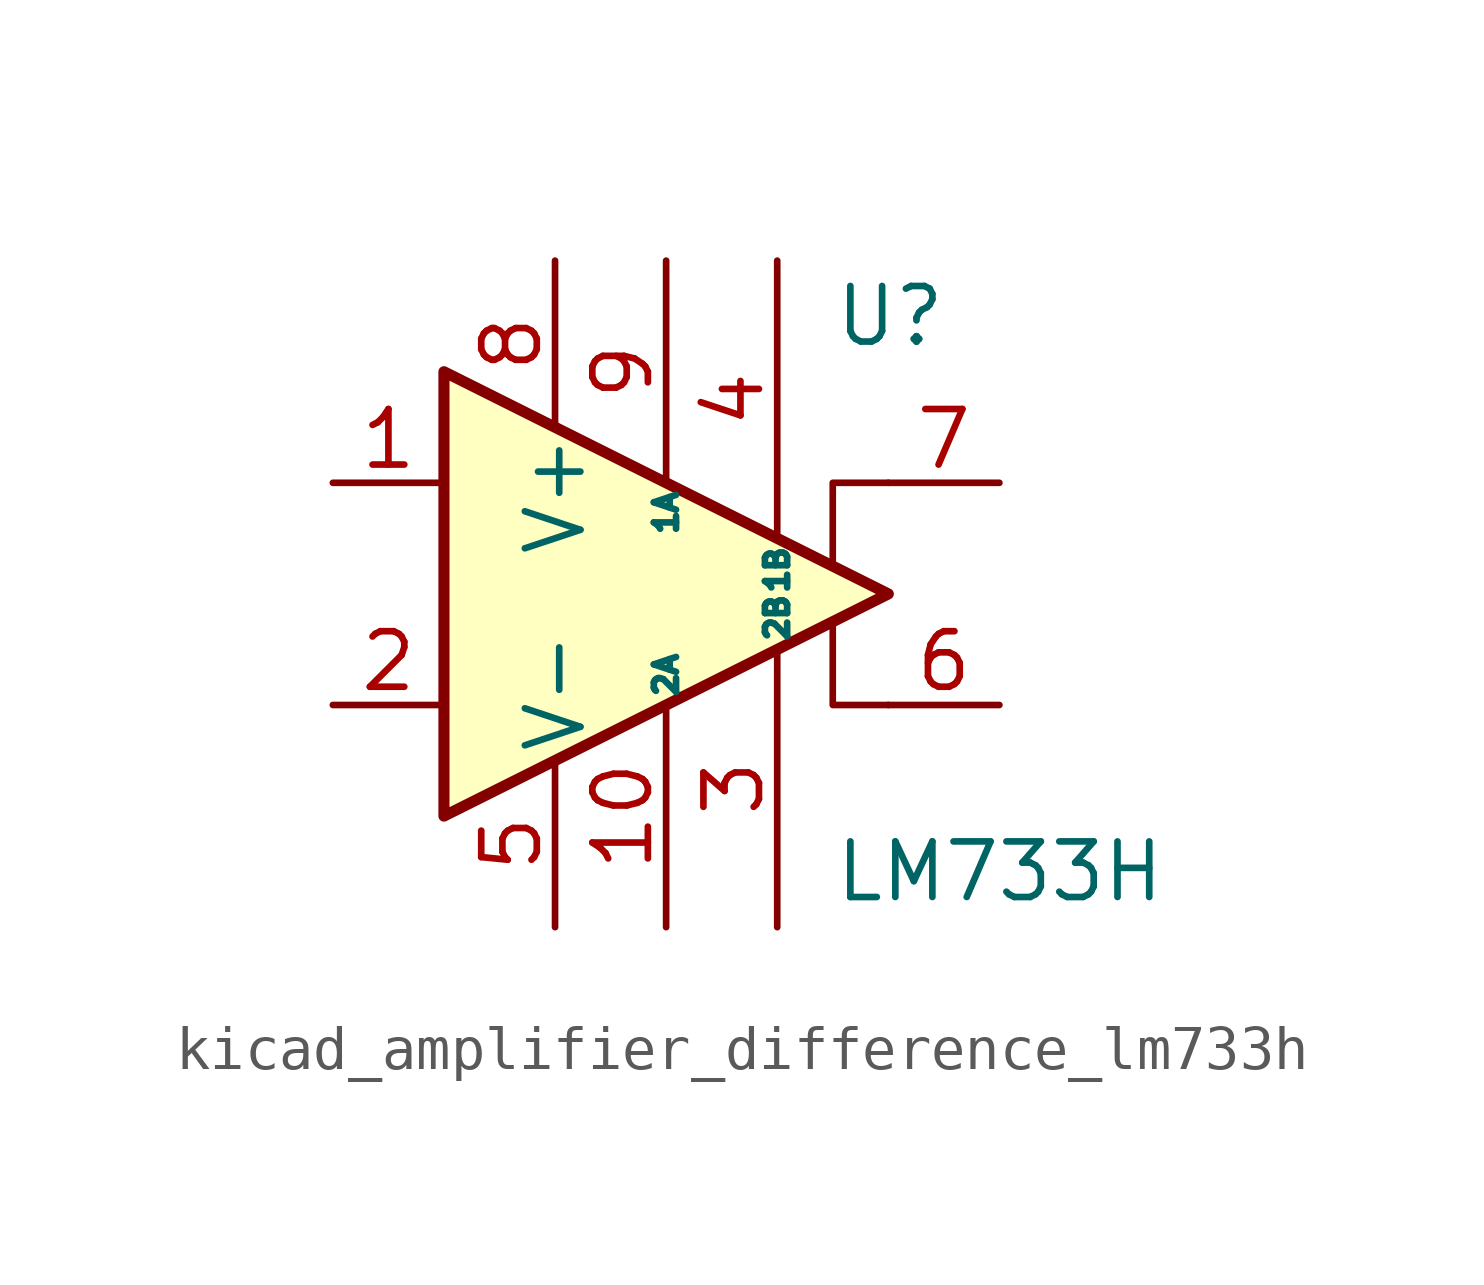
<source format=kicad_sym>
(kicad_symbol_lib
  (version 20220914)
  (generator kicad_symbol_editor)
  (symbol "kicad_amplifier_difference_lm733h"
    (pin_names
      (offset 0.127))
    (property "Reference" "U"
      (at 3.81 6.35 0)
      (effects (font (size 1.27 1.27)) (justify left)))
    (property "Value" "LM733H"
      (at 3.81 -6.35 0)
      (effects (font (size 1.27 1.27)) (justify left)))
    (symbol "kicad_amplifier_difference_lm733h_0_1"
      (polyline (pts (xy 5.08 -2.54) (xy 3.81 -2.54) (xy 3.81 -0.635)) (stroke (width 0) (type default)) (fill (type none)))
      (polyline (pts (xy 5.08 2.54) (xy 3.81 2.54) (xy 3.81 0.635)) (stroke (width 0) (type default)) (fill (type none)))
      (polyline (pts (xy 5.08 0) (xy -5.08 5.08) (xy -5.08 -5.08) (xy 5.08 0)) (stroke (width 0.254) (type default)) (fill (type background))))
    (symbol "kicad_amplifier_difference_lm733h_1_1"
      (pin input line (at -7.62 2.54 0) (length 2.54) (name "~" (effects (font (size 1.27 1.27)))) (number "1" (effects (font (size 1.27 1.27)))))
      (pin passive line (at 0 -7.62 90) (length 5.08) (name "2A" (effects (font (size 0.508 0.508)))) (number "10" (effects (font (size 1.27 1.27)))))
      (pin input line (at -7.62 -2.54 0) (length 2.54) (name "~" (effects (font (size 1.27 1.27)))) (number "2" (effects (font (size 1.27 1.27)))))
      (pin passive line (at 2.54 -7.62 90) (length 6.35) (name "2B" (effects (font (size 0.508 0.508)))) (number "3" (effects (font (size 1.27 1.27)))))
      (pin passive line (at 2.54 7.62 270) (length 6.35) (name "1B" (effects (font (size 0.508 0.508)))) (number "4" (effects (font (size 1.27 1.27)))))
      (pin power_in line (at -2.54 -7.62 90) (length 3.81) (name "V-" (effects (font (size 1.27 1.27)))) (number "5" (effects (font (size 1.27 1.27)))))
      (pin output line (at 7.62 -2.54 180) (length 2.54) (name "~" (effects (font (size 1.27 1.27)))) (number "6" (effects (font (size 1.27 1.27)))))
      (pin output line (at 7.62 2.54 180) (length 2.54) (name "~" (effects (font (size 1.27 1.27)))) (number "7" (effects (font (size 1.27 1.27)))))
      (pin power_in line (at -2.54 7.62 270) (length 3.81) (name "V+" (effects (font (size 1.27 1.27)))) (number "8" (effects (font (size 1.27 1.27)))))
      (pin passive line (at 0 7.62 270) (length 5.08) (name "1A" (effects (font (size 0.508 0.508)))) (number "9" (effects (font (size 1.27 1.27))))))))
</source>
